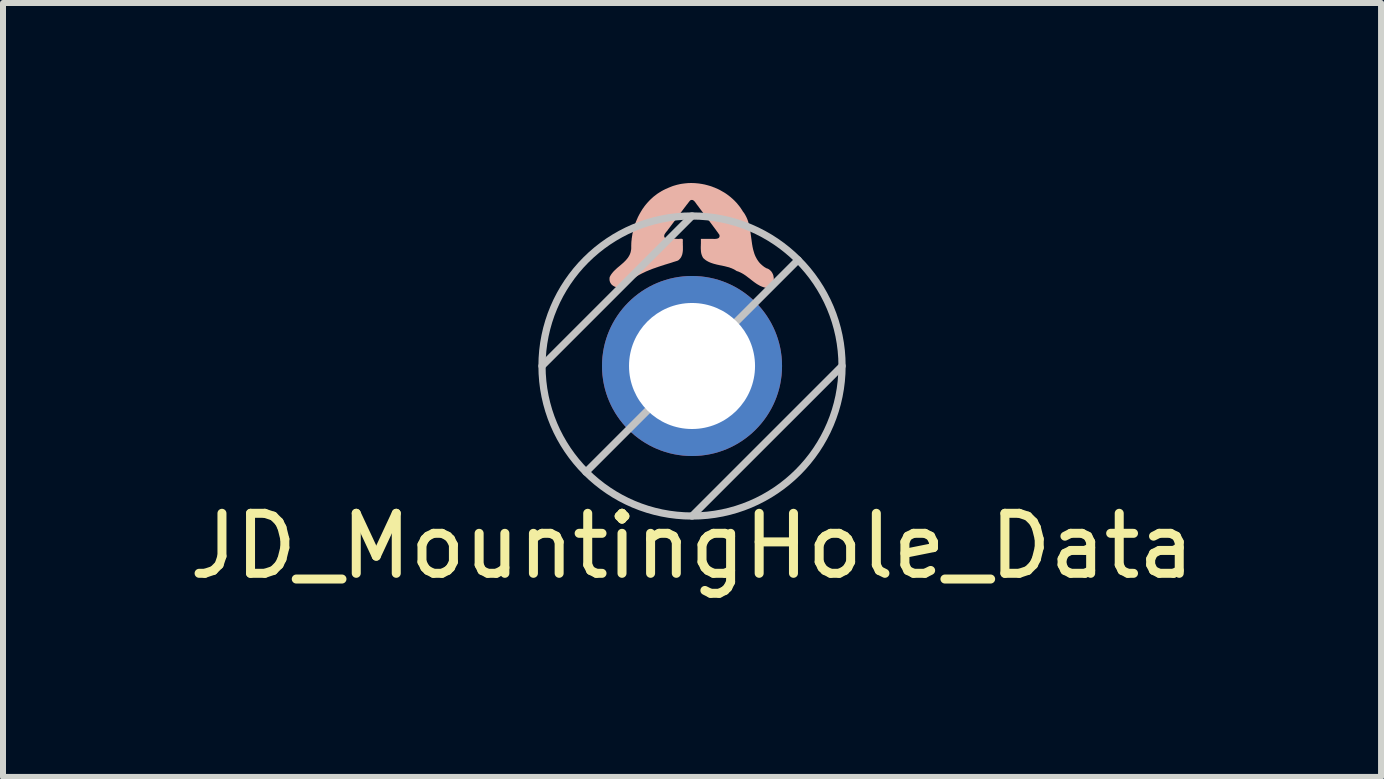
<source format=kicad_pcb>
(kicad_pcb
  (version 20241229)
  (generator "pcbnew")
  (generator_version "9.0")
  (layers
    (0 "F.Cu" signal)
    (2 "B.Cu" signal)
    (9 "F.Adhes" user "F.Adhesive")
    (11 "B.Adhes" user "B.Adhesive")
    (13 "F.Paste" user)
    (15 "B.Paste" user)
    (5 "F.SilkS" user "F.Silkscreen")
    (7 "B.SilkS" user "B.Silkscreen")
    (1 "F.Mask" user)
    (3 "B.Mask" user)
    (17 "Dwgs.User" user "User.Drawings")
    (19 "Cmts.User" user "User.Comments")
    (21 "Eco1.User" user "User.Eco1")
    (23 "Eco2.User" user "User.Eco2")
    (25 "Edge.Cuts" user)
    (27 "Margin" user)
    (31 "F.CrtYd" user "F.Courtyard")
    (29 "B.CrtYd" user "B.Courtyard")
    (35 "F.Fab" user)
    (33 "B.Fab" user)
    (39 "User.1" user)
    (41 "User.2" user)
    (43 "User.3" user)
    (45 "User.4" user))
  (footprint "JD_MountingHole_Data"
    (layer "F.Cu")
    (at 8.482 3.049)
    (property "Reference" "JD_MountingHole_Data" (at 0 3 0) (layer "F.SilkS") (effects (font (size 1 1) (thickness 0.15))))
    (attr through_hole)
    (fp_poly (pts (xy 0.147 -2.119) (xy 0.148 -2.103) (xy 0.148 -2.087) (xy 0.148 -2.07) (xy 0.148 -2.054) (xy 0.148 -2.038) (xy 0.147 -2.022) (xy 0.147 -2.005) (xy 0.146 -1.989) (xy 0.146 -1.973) (xy 0.146 -1.957) (xy 0.147 -1.94) (xy 0.148 -1.924) (xy 0.149 -1.909) (xy 0.151 -1.893) (xy 0.154 -1.877) (xy 0.158 -1.862) (xy 0.163 -1.847) (xy 0.169 -1.832) (xy 0.176 -1.817) (xy 0.184 -1.803) (xy 0.195 -1.791) (xy 0.207 -1.781) (xy 0.219 -1.771) (xy 0.232 -1.761) (xy 0.245 -1.753) (xy 0.259 -1.745) (xy 0.272 -1.738) (xy 0.286 -1.731) (xy 0.301 -1.725) (xy 0.315 -1.719) (xy 0.33 -1.714) (xy 0.345 -1.709) (xy 0.36 -1.704) (xy 0.375 -1.7) (xy 0.391 -1.696) (xy 0.406 -1.692) (xy 0.422 -1.688) (xy 0.438 -1.685) (xy 0.454 -1.681) (xy 0.47 -1.678) (xy 0.486 -1.675) (xy 0.502 -1.672) (xy 0.518 -1.668) (xy 0.534 -1.665) (xy 0.55 -1.661) (xy 0.566 -1.657) (xy 0.581 -1.653) (xy 0.597 -1.649) (xy 0.613 -1.645) (xy 0.628 -1.64) (xy 0.643 -1.634) (xy 0.658 -1.629) (xy 0.673 -1.622) (xy 0.687 -1.616) (xy 0.702 -1.608) (xy 0.716 -1.601) (xy 0.729 -1.592) (xy 0.743 -1.583) (xy 0.758 -1.578) (xy 0.774 -1.573) (xy 0.789 -1.566) (xy 0.804 -1.56) (xy 0.819 -1.552) (xy 0.833 -1.545) (xy 0.848 -1.536) (xy 0.862 -1.528) (xy 0.875 -1.519) (xy 0.889 -1.51) (xy 0.903 -1.5) (xy 0.916 -1.49) (xy 0.929 -1.48) (xy 0.942 -1.47) (xy 0.956 -1.46) (xy 0.969 -1.45) (xy 0.982 -1.439) (xy 0.995 -1.429) (xy 1.008 -1.419) (xy 1.021 -1.409) (xy 1.034 -1.399) (xy 1.048 -1.389) (xy 1.061 -1.38) (xy 1.074 -1.371) (xy 1.088 -1.362) (xy 1.102 -1.354) (xy 1.116 -1.346) (xy 1.13 -1.338) (xy 1.144 -1.331) (xy 1.159 -1.325) (xy 1.174 -1.319) (xy 1.189 -1.314) (xy 1.204 -1.309) (xy 1.22 -1.305) (xy 1.235 -1.306) (xy 1.249 -1.308) (xy 1.262 -1.311) (xy 1.275 -1.315) (xy 1.286 -1.32) (xy 1.297 -1.326) (xy 1.307 -1.333) (xy 1.316 -1.34) (xy 1.324 -1.348) (xy 1.331 -1.357) (xy 1.338 -1.367) (xy 1.344 -1.377) (xy 1.349 -1.387) (xy 1.353 -1.398) (xy 1.357 -1.409) (xy 1.359 -1.421) (xy 1.361 -1.433) (xy 1.362 -1.445) (xy 1.362 -1.457) (xy 1.362 -1.469) (xy 1.36 -1.481) (xy 1.358 -1.494) (xy 1.356 -1.506) (xy 1.352 -1.518) (xy 1.348 -1.529) (xy 1.342 -1.541) (xy 1.337 -1.552) (xy 1.33 -1.562) (xy 1.323 -1.573) (xy 1.315 -1.582) (xy 1.306 -1.591) (xy 1.296 -1.6) (xy 1.286 -1.608) (xy 1.275 -1.615) (xy 1.263 -1.621) (xy 1.25 -1.626) (xy 1.237 -1.63) (xy 1.223 -1.639) (xy 1.209 -1.647) (xy 1.196 -1.656) (xy 1.184 -1.666) (xy 1.172 -1.675) (xy 1.161 -1.685) (xy 1.15 -1.695) (xy 1.139 -1.705) (xy 1.129 -1.716) (xy 1.12 -1.726) (xy 1.111 -1.737) (xy 1.103 -1.749) (xy 1.095 -1.76) (xy 1.087 -1.772) (xy 1.08 -1.784) (xy 1.073 -1.796) (xy 1.067 -1.808) (xy 1.06 -1.82) (xy 1.055 -1.833) (xy 1.049 -1.845) (xy 1.044 -1.858) (xy 1.039 -1.871) (xy 1.035 -1.885) (xy 1.031 -1.898) (xy 1.027 -1.911) (xy 1.023 -1.925) (xy 1.019 -1.939) (xy 1.016 -1.952) (xy 1.013 -1.966) (xy 1.01 -1.98) (xy 1.007 -1.994) (xy 1.005 -2.009) (xy 1.002 -2.023) (xy 1 -2.037) (xy 0.998 -2.052) (xy 0.996 -2.066) (xy 0.994 -2.081) (xy 0.992 -2.095) (xy 0.99 -2.11) (xy 0.988 -2.124) (xy 0.986 -2.139) (xy 0.984 -2.154) (xy 0.982 -2.168) (xy 0.98 -2.183) (xy 0.978 -2.197) (xy 0.976 -2.212) (xy 0.974 -2.227) (xy 0.972 -2.241) (xy 0.969 -2.256) (xy 0.967 -2.27) (xy 0.965 -2.285) (xy 0.962 -2.299) (xy 0.959 -2.314) (xy 0.956 -2.328) (xy 0.953 -2.342) (xy 0.949 -2.356) (xy 0.946 -2.37) (xy 0.942 -2.384) (xy 0.938 -2.398) (xy 0.934 -2.412) (xy 0.929 -2.425) (xy 0.924 -2.439) (xy 0.919 -2.452) (xy 0.913 -2.465) (xy 0.907 -2.479) (xy 0.901 -2.491) (xy 0.894 -2.504) (xy 0.887 -2.517) (xy 0.88 -2.529) (xy 0.872 -2.542) (xy 0.864 -2.554) (xy 0.855 -2.565) (xy 0.846 -2.577) (xy 0.838 -2.591) (xy 0.829 -2.605) (xy 0.82 -2.618) (xy 0.811 -2.632) (xy 0.802 -2.645) (xy 0.792 -2.658) (xy 0.782 -2.671) (xy 0.772 -2.683) (xy 0.762 -2.695) (xy 0.752 -2.708) (xy 0.741 -2.72) (xy 0.73 -2.732) (xy 0.719 -2.743) (xy 0.708 -2.755) (xy 0.696 -2.766) (xy 0.685 -2.777) (xy 0.673 -2.788) (xy 0.661 -2.798) (xy 0.649 -2.809) (xy 0.637 -2.819) (xy 0.624 -2.829) (xy 0.612 -2.839) (xy 0.599 -2.848) (xy 0.586 -2.858) (xy 0.573 -2.867) (xy 0.56 -2.876) (xy 0.546 -2.885) (xy 0.533 -2.893) (xy 0.519 -2.901) (xy 0.505 -2.909) (xy 0.491 -2.917) (xy 0.477 -2.925) (xy 0.463 -2.933) (xy 0.449 -2.94) (xy 0.435 -2.947) (xy 0.42 -2.954) (xy 0.406 -2.96) (xy 0.391 -2.966) (xy 0.376 -2.973) (xy 0.361 -2.978) (xy 0.346 -2.984) (xy 0.331 -2.99) (xy 0.316 -2.995) (xy 0.301 -3) (xy 0.286 -3.004) (xy 0.27 -3.009) (xy 0.255 -3.013) (xy 0.239 -3.017) (xy 0.224 -3.021) (xy 0.208 -3.025) (xy 0.192 -3.028) (xy 0.177 -3.031) (xy 0.161 -3.034) (xy 0.145 -3.036) (xy 0.129 -3.039) (xy 0.114 -3.041) (xy 0.098 -3.043) (xy 0.082 -3.044) (xy 0.066 -3.046) (xy 0.05 -3.047) (xy 0.034 -3.048) (xy 0.018 -3.048) (xy 0.002 -3.049) (xy -0.014 -3.049) (xy -0.03 -3.049) (xy -0.046 -3.048) (xy -0.062 -3.048) (xy -0.078 -3.047) (xy -0.094 -3.045) (xy -0.11 -3.044) (xy -0.126 -3.042) (xy -0.142 -3.04) (xy -0.157 -3.038) (xy -0.173 -3.036) (xy -0.189 -3.033) (xy -0.205 -3.03) (xy -0.22 -3.026) (xy -0.236 -3.023) (xy -0.251 -3.019) (xy -0.267 -3.015) (xy -0.282 -3.01) (xy -0.298 -3.006) (xy -0.313 -3.001) (xy -0.328 -2.996) (xy -0.343 -2.99) (xy -0.358 -2.984) (xy -0.373 -2.978) (xy -0.388 -2.972) (xy -0.403 -2.965) (xy -0.418 -2.958) (xy -0.433 -2.952) (xy -0.449 -2.945) (xy -0.464 -2.937) (xy -0.479 -2.93) (xy -0.493 -2.922) (xy -0.508 -2.914) (xy -0.522 -2.905) (xy -0.536 -2.897) (xy -0.55 -2.888) (xy -0.564 -2.879) (xy -0.578 -2.87) (xy -0.591 -2.86) (xy -0.604 -2.85) (xy -0.617 -2.84) (xy -0.63 -2.83) (xy -0.643 -2.82) (xy -0.655 -2.809) (xy -0.667 -2.798) (xy -0.679 -2.787) (xy -0.691 -2.776) (xy -0.702 -2.765) (xy -0.714 -2.753) (xy -0.725 -2.741) (xy -0.736 -2.729) (xy -0.747 -2.717) (xy -0.757 -2.705) (xy -0.768 -2.692) (xy -0.778 -2.68) (xy -0.788 -2.667) (xy -0.798 -2.654) (xy -0.807 -2.64) (xy -0.817 -2.627) (xy -0.826 -2.614) (xy -0.835 -2.6) (xy -0.843 -2.586) (xy -0.852 -2.572) (xy -0.86 -2.558) (xy -0.868 -2.544) (xy -0.876 -2.53) (xy -0.884 -2.515) (xy -0.891 -2.501) (xy -0.899 -2.486) (xy -0.906 -2.471) (xy -0.912 -2.456) (xy -0.919 -2.441) (xy -0.925 -2.426) (xy -0.932 -2.411) (xy -0.938 -2.396) (xy -0.943 -2.38) (xy -0.949 -2.365) (xy -0.954 -2.349) (xy -0.959 -2.334) (xy -0.964 -2.318) (xy -0.969 -2.302) (xy -0.973 -2.286) (xy -0.977 -2.27) (xy -0.981 -2.254) (xy -0.985 -2.238) (xy -0.988 -2.222) (xy -0.992 -2.206) (xy -0.995 -2.19) (xy -0.997 -2.174) (xy -1 -2.157) (xy -1.002 -2.141) (xy -1.005 -2.125) (xy -1.006 -2.108) (xy -1.008 -2.092) (xy -1.01 -2.076) (xy -1.011 -2.059) (xy -1.012 -2.043) (xy -1.012 -2.026) (xy -1.013 -2.01) (xy -1.013 -1.994) (xy -1.013 -1.977) (xy -1.013 -1.961) (xy -1.014 -1.944) (xy -1.017 -1.928) (xy -1.02 -1.912) (xy -1.023 -1.897) (xy -1.028 -1.882) (xy -1.033 -1.868) (xy -1.039 -1.854) (xy -1.046 -1.841) (xy -1.053 -1.828) (xy -1.061 -1.816) (xy -1.069 -1.803) (xy -1.078 -1.792) (xy -1.088 -1.78) (xy -1.097 -1.769) (xy -1.107 -1.758) (xy -1.118 -1.747) (xy -1.128 -1.737) (xy -1.139 -1.726) (xy -1.15 -1.716) (xy -1.162 -1.706) (xy -1.173 -1.696) (xy -1.185 -1.686) (xy -1.196 -1.676) (xy -1.208 -1.666) (xy -1.22 -1.656) (xy -1.231 -1.647) (xy -1.243 -1.637) (xy -1.254 -1.627) (xy -1.265 -1.617) (xy -1.276 -1.606) (xy -1.287 -1.596) (xy -1.298 -1.585) (xy -1.308 -1.575) (xy -1.318 -1.564) (xy -1.327 -1.552) (xy -1.336 -1.541) (xy -1.345 -1.529) (xy -1.353 -1.517) (xy -1.36 -1.505) (xy -1.367 -1.492) (xy -1.373 -1.479) (xy -1.375 -1.463) (xy -1.375 -1.449) (xy -1.375 -1.435) (xy -1.373 -1.422) (xy -1.37 -1.41) (xy -1.366 -1.398) (xy -1.361 -1.387) (xy -1.355 -1.377) (xy -1.348 -1.367) (xy -1.341 -1.358) (xy -1.332 -1.35) (xy -1.323 -1.343) (xy -1.314 -1.336) (xy -1.303 -1.33) (xy -1.293 -1.324) (xy -1.281 -1.32) (xy -1.27 -1.316) (xy -1.258 -1.313) (xy -1.246 -1.311) (xy -1.233 -1.309) (xy -1.221 -1.308) (xy -1.208 -1.309) (xy -1.196 -1.309) (xy -1.183 -1.311) (xy -1.171 -1.314) (xy -1.158 -1.317) (xy -1.146 -1.321) (xy -1.135 -1.326) (xy -1.123 -1.332) (xy -1.112 -1.338) (xy -1.101 -1.346) (xy -1.091 -1.354) (xy -1.082 -1.363) (xy -1.073 -1.373) (xy -1.065 -1.384) (xy -1.058 -1.396) (xy -1.044 -1.407) (xy -1.031 -1.418) (xy -1.017 -1.429) (xy -1.003 -1.439) (xy -0.989 -1.449) (xy -0.975 -1.459) (xy -0.961 -1.469) (xy -0.946 -1.478) (xy -0.932 -1.488) (xy -0.917 -1.496) (xy -0.903 -1.505) (xy -0.888 -1.514) (xy -0.873 -1.522) (xy -0.858 -1.53) (xy -0.843 -1.538) (xy -0.827 -1.546) (xy -0.812 -1.553) (xy -0.797 -1.56) (xy -0.781 -1.568) (xy -0.766 -1.575) (xy -0.75 -1.582) (xy -0.734 -1.588) (xy -0.719 -1.595) (xy -0.703 -1.601) (xy -0.687 -1.607) (xy -0.671 -1.614) (xy -0.655 -1.62) (xy -0.639 -1.626) (xy -0.623 -1.631) (xy -0.606 -1.637) (xy -0.59 -1.643) (xy -0.574 -1.648) (xy -0.558 -1.654) (xy -0.542 -1.659) (xy -0.525 -1.665) (xy -0.509 -1.67) (xy -0.493 -1.675) (xy -0.476 -1.68) (xy -0.46 -1.686) (xy -0.444 -1.691) (xy -0.427 -1.696) (xy -0.411 -1.701) (xy -0.395 -1.706) (xy -0.378 -1.711) (xy -0.362 -1.716) (xy -0.346 -1.721) (xy -0.33 -1.726) (xy -0.314 -1.732) (xy -0.297 -1.737) (xy -0.281 -1.742) (xy -0.265 -1.747) (xy -0.249 -1.752) (xy -0.233 -1.758) (xy -0.22 -1.768) (xy -0.208 -1.78) (xy -0.197 -1.792) (xy -0.188 -1.804) (xy -0.18 -1.817) (xy -0.174 -1.831) (xy -0.168 -1.845) (xy -0.163 -1.859) (xy -0.16 -1.874) (xy -0.157 -1.889) (xy -0.155 -1.904) (xy -0.153 -1.92) (xy -0.152 -1.936) (xy -0.152 -1.952) (xy -0.152 -1.967) (xy -0.152 -1.983) (xy -0.152 -2) (xy -0.153 -2.015) (xy -0.153 -2.031) (xy -0.153 -2.047) (xy -0.154 -2.063) (xy -0.153 -2.078) (xy -0.153 -2.094) (xy -0.153 -2.106) (xy -0.157 -2.114) (xy -0.165 -2.119) (xy -0.175 -2.121) (xy -0.187 -2.121) (xy -0.2 -2.12) (xy -0.214 -2.118) (xy -0.227 -2.117) (xy -0.24 -2.117) (xy -0.25 -2.119) (xy -0.266 -2.119) (xy -0.283 -2.12) (xy -0.299 -2.119) (xy -0.315 -2.119) (xy -0.332 -2.118) (xy -0.348 -2.118) (xy -0.365 -2.117) (xy -0.381 -2.118) (xy -0.397 -2.119) (xy -0.413 -2.121) (xy -0.429 -2.124) (xy -0.444 -2.128) (xy -0.454 -2.139) (xy -0.461 -2.151) (xy -0.464 -2.162) (xy -0.463 -2.174) (xy -0.461 -2.185) (xy -0.456 -2.196) (xy -0.449 -2.208) (xy -0.441 -2.219) (xy -0.433 -2.23) (xy -0.424 -2.241) (xy -0.415 -2.251) (xy -0.407 -2.261) (xy -0.401 -2.271) (xy -0.39 -2.285) (xy -0.379 -2.299) (xy -0.369 -2.313) (xy -0.358 -2.327) (xy -0.348 -2.341) (xy -0.337 -2.355) (xy -0.327 -2.369) (xy -0.316 -2.383) (xy -0.306 -2.397) (xy -0.295 -2.411) (xy -0.285 -2.425) (xy -0.275 -2.439) (xy -0.264 -2.453) (xy -0.254 -2.467) (xy -0.243 -2.481) (xy -0.233 -2.495) (xy -0.222 -2.509) (xy -0.212 -2.523) (xy -0.201 -2.537) (xy -0.191 -2.551) (xy -0.18 -2.565) (xy -0.17 -2.579) (xy -0.159 -2.593) (xy -0.149 -2.607) (xy -0.138 -2.621) (xy -0.128 -2.635) (xy -0.117 -2.649) (xy -0.106 -2.663) (xy -0.096 -2.677) (xy -0.085 -2.691) (xy -0.074 -2.704) (xy -0.064 -2.718) (xy -0.053 -2.732) (xy -0.042 -2.746) (xy -0.031 -2.759) (xy -0.016 -2.766) (xy -0.003 -2.768) (xy 0.01 -2.766) (xy 0.021 -2.761) (xy 0.031 -2.753) (xy 0.041 -2.744) (xy 0.05 -2.733) (xy 0.059 -2.721) (xy 0.068 -2.709) (xy 0.076 -2.697) (xy 0.084 -2.686) (xy 0.092 -2.676) (xy 0.103 -2.662) (xy 0.113 -2.648) (xy 0.123 -2.634) (xy 0.134 -2.62) (xy 0.144 -2.606) (xy 0.155 -2.592) (xy 0.165 -2.578) (xy 0.176 -2.564) (xy 0.186 -2.55) (xy 0.197 -2.536) (xy 0.207 -2.522) (xy 0.218 -2.508) (xy 0.228 -2.494) (xy 0.239 -2.48) (xy 0.25 -2.466) (xy 0.26 -2.452) (xy 0.271 -2.438) (xy 0.281 -2.424) (xy 0.292 -2.41) (xy 0.302 -2.396) (xy 0.313 -2.382) (xy 0.323 -2.368) (xy 0.334 -2.354) (xy 0.344 -2.34) (xy 0.354 -2.326) (xy 0.365 -2.312) (xy 0.375 -2.298) (xy 0.386 -2.284) (xy 0.396 -2.27) (xy 0.406 -2.256) (xy 0.416 -2.242) (xy 0.427 -2.228) (xy 0.437 -2.213) (xy 0.447 -2.199) (xy 0.457 -2.185) (xy 0.459 -2.169) (xy 0.458 -2.155) (xy 0.453 -2.144) (xy 0.446 -2.135) (xy 0.437 -2.129) (xy 0.425 -2.124) (xy 0.413 -2.121) (xy 0.399 -2.119) (xy 0.385 -2.118) (xy 0.371 -2.117) (xy 0.357 -2.118) (xy 0.344 -2.118) (xy 0.332 -2.119) (xy 0.315 -2.119) (xy 0.298 -2.119) (xy 0.281 -2.119) (xy 0.265 -2.119) (xy 0.248 -2.119) (xy 0.231 -2.119) (xy 0.214 -2.119) (xy 0.198 -2.119) (xy 0.181 -2.119) (xy 0.164 -2.119) (xy 0.147 -2.119)) (stroke (width 0) (type solid)) (fill yes) (layer "B.SilkS"))
    (fp_line (start 0 -2.5) (end -2.5 0) (stroke (width 0.12) (type solid)) (layer "Dwgs.User"))
    (fp_line (start 1.768 -1.768) (end -1.768 1.768) (stroke (width 0.12) (type solid)) (layer "Dwgs.User"))
    (fp_line (start 2.5 0) (end 0 2.5) (stroke (width 0.12) (type solid)) (layer "Dwgs.User"))
    (fp_circle (center 0 0) (end 2.5 0) (stroke (width 0.12) (type solid)) (fill no) (layer "Dwgs.User"))
    (pad "1" thru_hole circle (at 0 0) (size 3 3) (drill 2.1) (layers "*.Cu" "*.Mask")))
  (gr_rect
    (start -3 -3)
    (end 19.964 9.897)
    (stroke (width 0.1) (type default))
    (fill no)
    (layer "Edge.Cuts")))
</source>
